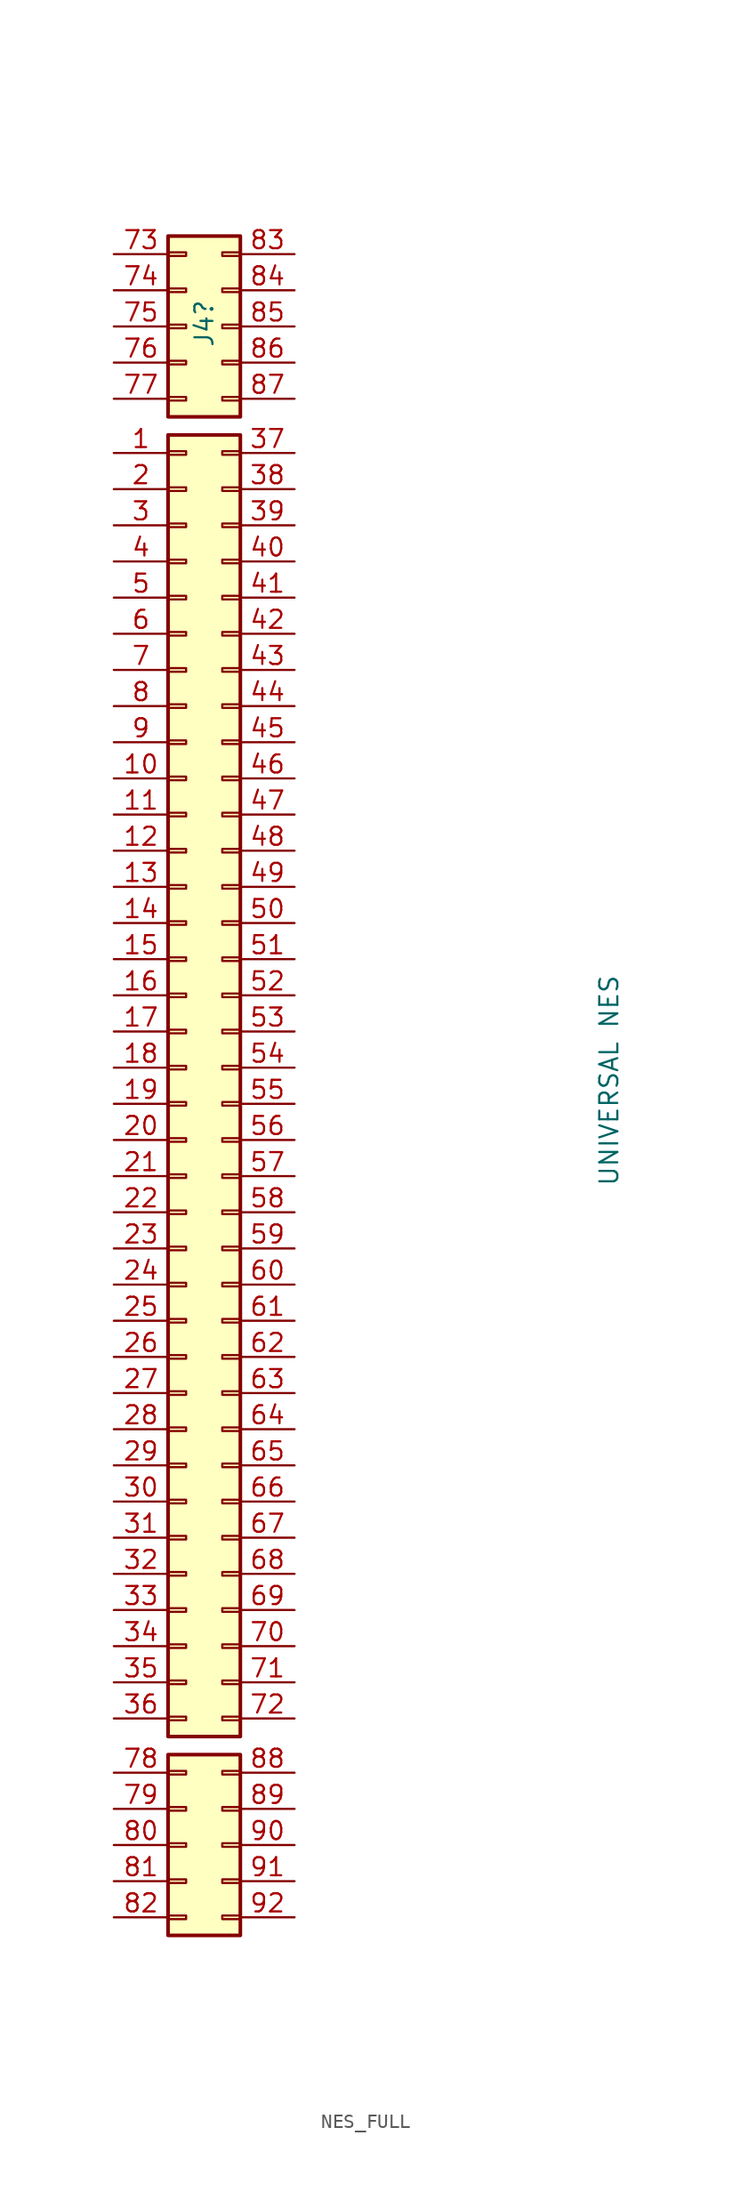
<source format=kicad_sym>
(kicad_symbol_lib
  (version 20231120)
  (generator "kicad_symbol_editor")
  (generator_version "8.0")
  (symbol "NES_FULL"
    (pin_names
      (offset 1.016) hide)
    (property "Reference" "J4"
      (at 1.27 50.546 90)
      (effects (font (size 1.27 1.27)) (justify left)))
    (property "Value" "UNIVERSAL NES"
      (at 29.718 -8.382 90)
      (effects (font (size 1.27 1.27)) (justify left)))
    (symbol "NES_FULL_1_1"
      (rectangle (start -1.27 -59.563) (end 0 -59.817) (stroke (width 0.152) (type default)) (fill (type none)))
      (rectangle (start -1.27 -57.023) (end 0 -57.277) (stroke (width 0.152) (type default)) (fill (type none)))
      (rectangle (start -1.27 -54.483) (end 0 -54.737) (stroke (width 0.152) (type default)) (fill (type none)))
      (rectangle (start -1.27 -51.943) (end 0 -52.197) (stroke (width 0.152) (type default)) (fill (type none)))
      (rectangle (start -1.27 -49.403) (end 0 -49.657) (stroke (width 0.152) (type default)) (fill (type none)))
      (rectangle (start -1.27 -48.26) (end 3.81 -60.96) (stroke (width 0.254) (type default)) (fill (type background)))
      (rectangle (start -1.27 -45.593) (end 0 -45.847) (stroke (width 0.152) (type default)) (fill (type none)))
      (rectangle (start -1.27 -43.053) (end 0 -43.307) (stroke (width 0.152) (type default)) (fill (type none)))
      (rectangle (start -1.27 -40.513) (end 0 -40.767) (stroke (width 0.152) (type default)) (fill (type none)))
      (rectangle (start -1.27 -37.973) (end 0 -38.227) (stroke (width 0.152) (type default)) (fill (type none)))
      (rectangle (start -1.27 -35.433) (end 0 -35.687) (stroke (width 0.152) (type default)) (fill (type none)))
      (rectangle (start -1.27 -32.893) (end 0 -33.147) (stroke (width 0.152) (type default)) (fill (type none)))
      (rectangle (start -1.27 -30.353) (end 0 -30.607) (stroke (width 0.152) (type default)) (fill (type none)))
      (rectangle (start -1.27 -27.813) (end 0 -28.067) (stroke (width 0.152) (type default)) (fill (type none)))
      (rectangle (start -1.27 -25.273) (end 0 -25.527) (stroke (width 0.152) (type default)) (fill (type none)))
      (rectangle (start -1.27 -22.733) (end 0 -22.987) (stroke (width 0.152) (type default)) (fill (type none)))
      (rectangle (start -1.27 -20.193) (end 0 -20.447) (stroke (width 0.152) (type default)) (fill (type none)))
      (rectangle (start -1.27 -17.653) (end 0 -17.907) (stroke (width 0.152) (type default)) (fill (type none)))
      (rectangle (start -1.27 -15.113) (end 0 -15.367) (stroke (width 0.152) (type default)) (fill (type none)))
      (rectangle (start -1.27 -12.573) (end 0 -12.827) (stroke (width 0.152) (type default)) (fill (type none)))
      (rectangle (start -1.27 -10.033) (end 0 -10.287) (stroke (width 0.152) (type default)) (fill (type none)))
      (rectangle (start -1.27 -7.493) (end 0 -7.747) (stroke (width 0.152) (type default)) (fill (type none)))
      (rectangle (start -1.27 -4.953) (end 0 -5.207) (stroke (width 0.152) (type default)) (fill (type none)))
      (rectangle (start -1.27 -2.413) (end 0 -2.667) (stroke (width 0.152) (type default)) (fill (type none)))
      (rectangle (start -1.27 0.127) (end 0 -0.127) (stroke (width 0.152) (type default)) (fill (type none)))
      (rectangle (start -1.27 2.667) (end 0 2.413) (stroke (width 0.152) (type default)) (fill (type none)))
      (rectangle (start -1.27 5.207) (end 0 4.953) (stroke (width 0.152) (type default)) (fill (type none)))
      (rectangle (start -1.27 7.747) (end 0 7.493) (stroke (width 0.152) (type default)) (fill (type none)))
      (rectangle (start -1.27 10.287) (end 0 10.033) (stroke (width 0.152) (type default)) (fill (type none)))
      (rectangle (start -1.27 12.827) (end 0 12.573) (stroke (width 0.152) (type default)) (fill (type none)))
      (rectangle (start -1.27 15.367) (end 0 15.113) (stroke (width 0.152) (type default)) (fill (type none)))
      (rectangle (start -1.27 17.907) (end 0 17.653) (stroke (width 0.152) (type default)) (fill (type none)))
      (rectangle (start -1.27 20.447) (end 0 20.193) (stroke (width 0.152) (type default)) (fill (type none)))
      (rectangle (start -1.27 22.987) (end 0 22.733) (stroke (width 0.152) (type default)) (fill (type none)))
      (rectangle (start -1.27 25.527) (end 0 25.273) (stroke (width 0.152) (type default)) (fill (type none)))
      (rectangle (start -1.27 28.067) (end 0 27.813) (stroke (width 0.152) (type default)) (fill (type none)))
      (rectangle (start -1.27 30.607) (end 0 30.353) (stroke (width 0.152) (type default)) (fill (type none)))
      (rectangle (start -1.27 33.147) (end 0 32.893) (stroke (width 0.152) (type default)) (fill (type none)))
      (rectangle (start -1.27 35.687) (end 0 35.433) (stroke (width 0.152) (type default)) (fill (type none)))
      (rectangle (start -1.27 38.227) (end 0 37.973) (stroke (width 0.152) (type default)) (fill (type none)))
      (rectangle (start -1.27 40.767) (end 0 40.513) (stroke (width 0.152) (type default)) (fill (type none)))
      (rectangle (start -1.27 43.307) (end 0 43.053) (stroke (width 0.152) (type default)) (fill (type none)))
      (rectangle (start -1.27 44.45) (end 3.81 -46.99) (stroke (width 0.254) (type default)) (fill (type background)))
      (rectangle (start -1.27 47.117) (end 0 46.863) (stroke (width 0.152) (type default)) (fill (type none)))
      (rectangle (start -1.27 49.657) (end 0 49.403) (stroke (width 0.152) (type default)) (fill (type none)))
      (rectangle (start -1.27 52.197) (end 0 51.943) (stroke (width 0.152) (type default)) (fill (type none)))
      (rectangle (start -1.27 54.737) (end 0 54.483) (stroke (width 0.152) (type default)) (fill (type none)))
      (rectangle (start -1.27 57.277) (end 0 57.023) (stroke (width 0.152) (type default)) (fill (type none)))
      (rectangle (start -1.27 58.42) (end 3.81 45.72) (stroke (width 0.254) (type default)) (fill (type background)))
      (rectangle (start 3.81 -59.817) (end 2.54 -59.563) (stroke (width 0.152) (type default)) (fill (type none)))
      (rectangle (start 3.81 -57.277) (end 2.54 -57.023) (stroke (width 0.152) (type default)) (fill (type none)))
      (rectangle (start 3.81 -54.737) (end 2.54 -54.483) (stroke (width 0.152) (type default)) (fill (type none)))
      (rectangle (start 3.81 -52.197) (end 2.54 -51.943) (stroke (width 0.152) (type default)) (fill (type none)))
      (rectangle (start 3.81 -49.657) (end 2.54 -49.403) (stroke (width 0.152) (type default)) (fill (type none)))
      (rectangle (start 3.81 -45.593) (end 2.54 -45.847) (stroke (width 0.152) (type default)) (fill (type none)))
      (rectangle (start 3.81 -43.053) (end 2.54 -43.307) (stroke (width 0.152) (type default)) (fill (type none)))
      (rectangle (start 3.81 -40.513) (end 2.54 -40.767) (stroke (width 0.152) (type default)) (fill (type none)))
      (rectangle (start 3.81 -37.973) (end 2.54 -38.227) (stroke (width 0.152) (type default)) (fill (type none)))
      (rectangle (start 3.81 -35.433) (end 2.54 -35.687) (stroke (width 0.152) (type default)) (fill (type none)))
      (rectangle (start 3.81 -32.893) (end 2.54 -33.147) (stroke (width 0.152) (type default)) (fill (type none)))
      (rectangle (start 3.81 -30.353) (end 2.54 -30.607) (stroke (width 0.152) (type default)) (fill (type none)))
      (rectangle (start 3.81 -27.813) (end 2.54 -28.067) (stroke (width 0.152) (type default)) (fill (type none)))
      (rectangle (start 3.81 -25.273) (end 2.54 -25.527) (stroke (width 0.152) (type default)) (fill (type none)))
      (rectangle (start 3.81 -22.733) (end 2.54 -22.987) (stroke (width 0.152) (type default)) (fill (type none)))
      (rectangle (start 3.81 -20.193) (end 2.54 -20.447) (stroke (width 0.152) (type default)) (fill (type none)))
      (rectangle (start 3.81 -17.653) (end 2.54 -17.907) (stroke (width 0.152) (type default)) (fill (type none)))
      (rectangle (start 3.81 -15.113) (end 2.54 -15.367) (stroke (width 0.152) (type default)) (fill (type none)))
      (rectangle (start 3.81 -12.573) (end 2.54 -12.827) (stroke (width 0.152) (type default)) (fill (type none)))
      (rectangle (start 3.81 -10.033) (end 2.54 -10.287) (stroke (width 0.152) (type default)) (fill (type none)))
      (rectangle (start 3.81 -7.493) (end 2.54 -7.747) (stroke (width 0.152) (type default)) (fill (type none)))
      (rectangle (start 3.81 -4.953) (end 2.54 -5.207) (stroke (width 0.152) (type default)) (fill (type none)))
      (rectangle (start 3.81 -2.413) (end 2.54 -2.667) (stroke (width 0.152) (type default)) (fill (type none)))
      (rectangle (start 3.81 0.127) (end 2.54 -0.127) (stroke (width 0.152) (type default)) (fill (type none)))
      (rectangle (start 3.81 2.667) (end 2.54 2.413) (stroke (width 0.152) (type default)) (fill (type none)))
      (rectangle (start 3.81 5.207) (end 2.54 4.953) (stroke (width 0.152) (type default)) (fill (type none)))
      (rectangle (start 3.81 7.747) (end 2.54 7.493) (stroke (width 0.152) (type default)) (fill (type none)))
      (rectangle (start 3.81 10.287) (end 2.54 10.033) (stroke (width 0.152) (type default)) (fill (type none)))
      (rectangle (start 3.81 12.827) (end 2.54 12.573) (stroke (width 0.152) (type default)) (fill (type none)))
      (rectangle (start 3.81 15.367) (end 2.54 15.113) (stroke (width 0.152) (type default)) (fill (type none)))
      (rectangle (start 3.81 17.907) (end 2.54 17.653) (stroke (width 0.152) (type default)) (fill (type none)))
      (rectangle (start 3.81 20.447) (end 2.54 20.193) (stroke (width 0.152) (type default)) (fill (type none)))
      (rectangle (start 3.81 22.987) (end 2.54 22.733) (stroke (width 0.152) (type default)) (fill (type none)))
      (rectangle (start 3.81 25.527) (end 2.54 25.273) (stroke (width 0.152) (type default)) (fill (type none)))
      (rectangle (start 3.81 28.067) (end 2.54 27.813) (stroke (width 0.152) (type default)) (fill (type none)))
      (rectangle (start 3.81 30.607) (end 2.54 30.353) (stroke (width 0.152) (type default)) (fill (type none)))
      (rectangle (start 3.81 33.147) (end 2.54 32.893) (stroke (width 0.152) (type default)) (fill (type none)))
      (rectangle (start 3.81 35.687) (end 2.54 35.433) (stroke (width 0.152) (type default)) (fill (type none)))
      (rectangle (start 3.81 38.227) (end 2.54 37.973) (stroke (width 0.152) (type default)) (fill (type none)))
      (rectangle (start 3.81 40.767) (end 2.54 40.513) (stroke (width 0.152) (type default)) (fill (type none)))
      (rectangle (start 3.81 43.307) (end 2.54 43.053) (stroke (width 0.152) (type default)) (fill (type none)))
      (rectangle (start 3.81 46.863) (end 2.54 47.117) (stroke (width 0.152) (type default)) (fill (type none)))
      (rectangle (start 3.81 49.403) (end 2.54 49.657) (stroke (width 0.152) (type default)) (fill (type none)))
      (rectangle (start 3.81 51.943) (end 2.54 52.197) (stroke (width 0.152) (type default)) (fill (type none)))
      (rectangle (start 3.81 54.483) (end 2.54 54.737) (stroke (width 0.152) (type default)) (fill (type none)))
      (rectangle (start 3.81 57.023) (end 2.54 57.277) (stroke (width 0.152) (type default)) (fill (type none)))
      (pin passive line (at -5.08 43.18 0) (length 3.81) (name "Pin_1" (effects (font (size 1.27 1.27)))) (number "1" (effects (font (size 1.27 1.27)))))
      (pin passive line (at -5.08 20.32 0) (length 3.81) (name "Pin_10" (effects (font (size 1.27 1.27)))) (number "10" (effects (font (size 1.27 1.27)))))
      (pin passive line (at -5.08 17.78 0) (length 3.81) (name "Pin_11" (effects (font (size 1.27 1.27)))) (number "11" (effects (font (size 1.27 1.27)))))
      (pin passive line (at -5.08 15.24 0) (length 3.81) (name "Pin_12" (effects (font (size 1.27 1.27)))) (number "12" (effects (font (size 1.27 1.27)))))
      (pin passive line (at -5.08 12.7 0) (length 3.81) (name "Pin_13" (effects (font (size 1.27 1.27)))) (number "13" (effects (font (size 1.27 1.27)))))
      (pin passive line (at -5.08 10.16 0) (length 3.81) (name "Pin_14" (effects (font (size 1.27 1.27)))) (number "14" (effects (font (size 1.27 1.27)))))
      (pin passive line (at -5.08 7.62 0) (length 3.81) (name "Pin_15" (effects (font (size 1.27 1.27)))) (number "15" (effects (font (size 1.27 1.27)))))
      (pin passive line (at -5.08 5.08 0) (length 3.81) (name "Pin_16" (effects (font (size 1.27 1.27)))) (number "16" (effects (font (size 1.27 1.27)))))
      (pin passive line (at -5.08 2.54 0) (length 3.81) (name "Pin_17" (effects (font (size 1.27 1.27)))) (number "17" (effects (font (size 1.27 1.27)))))
      (pin passive line (at -5.08 0 0) (length 3.81) (name "Pin_18" (effects (font (size 1.27 1.27)))) (number "18" (effects (font (size 1.27 1.27)))))
      (pin passive line (at -5.08 -2.54 0) (length 3.81) (name "Pin_19" (effects (font (size 1.27 1.27)))) (number "19" (effects (font (size 1.27 1.27)))))
      (pin passive line (at -5.08 40.64 0) (length 3.81) (name "Pin_2" (effects (font (size 1.27 1.27)))) (number "2" (effects (font (size 1.27 1.27)))))
      (pin passive line (at -5.08 -5.08 0) (length 3.81) (name "Pin_20" (effects (font (size 1.27 1.27)))) (number "20" (effects (font (size 1.27 1.27)))))
      (pin passive line (at -5.08 -7.62 0) (length 3.81) (name "Pin_21" (effects (font (size 1.27 1.27)))) (number "21" (effects (font (size 1.27 1.27)))))
      (pin passive line (at -5.08 -10.16 0) (length 3.81) (name "Pin_22" (effects (font (size 1.27 1.27)))) (number "22" (effects (font (size 1.27 1.27)))))
      (pin passive line (at -5.08 -12.7 0) (length 3.81) (name "Pin_23" (effects (font (size 1.27 1.27)))) (number "23" (effects (font (size 1.27 1.27)))))
      (pin passive line (at -5.08 -15.24 0) (length 3.81) (name "Pin_24" (effects (font (size 1.27 1.27)))) (number "24" (effects (font (size 1.27 1.27)))))
      (pin passive line (at -5.08 -17.78 0) (length 3.81) (name "Pin_25" (effects (font (size 1.27 1.27)))) (number "25" (effects (font (size 1.27 1.27)))))
      (pin passive line (at -5.08 -20.32 0) (length 3.81) (name "Pin_26" (effects (font (size 1.27 1.27)))) (number "26" (effects (font (size 1.27 1.27)))))
      (pin passive line (at -5.08 -22.86 0) (length 3.81) (name "Pin_27" (effects (font (size 1.27 1.27)))) (number "27" (effects (font (size 1.27 1.27)))))
      (pin passive line (at -5.08 -25.4 0) (length 3.81) (name "Pin_28" (effects (font (size 1.27 1.27)))) (number "28" (effects (font (size 1.27 1.27)))))
      (pin passive line (at -5.08 -27.94 0) (length 3.81) (name "Pin_29" (effects (font (size 1.27 1.27)))) (number "29" (effects (font (size 1.27 1.27)))))
      (pin passive line (at -5.08 38.1 0) (length 3.81) (name "Pin_3" (effects (font (size 1.27 1.27)))) (number "3" (effects (font (size 1.27 1.27)))))
      (pin passive line (at -5.08 -30.48 0) (length 3.81) (name "Pin_30" (effects (font (size 1.27 1.27)))) (number "30" (effects (font (size 1.27 1.27)))))
      (pin passive line (at -5.08 -33.02 0) (length 3.81) (name "Pin_31" (effects (font (size 1.27 1.27)))) (number "31" (effects (font (size 1.27 1.27)))))
      (pin passive line (at -5.08 -35.56 0) (length 3.81) (name "Pin_32" (effects (font (size 1.27 1.27)))) (number "32" (effects (font (size 1.27 1.27)))))
      (pin passive line (at -5.08 -38.1 0) (length 3.81) (name "Pin_33" (effects (font (size 1.27 1.27)))) (number "33" (effects (font (size 1.27 1.27)))))
      (pin passive line (at -5.08 -40.64 0) (length 3.81) (name "Pin_34" (effects (font (size 1.27 1.27)))) (number "34" (effects (font (size 1.27 1.27)))))
      (pin passive line (at -5.08 -43.18 0) (length 3.81) (name "Pin_35" (effects (font (size 1.27 1.27)))) (number "35" (effects (font (size 1.27 1.27)))))
      (pin passive line (at -5.08 -45.72 0) (length 3.81) (name "Pin_36" (effects (font (size 1.27 1.27)))) (number "36" (effects (font (size 1.27 1.27)))))
      (pin passive line (at 7.62 43.18 180) (length 3.81) (name "Pin_37" (effects (font (size 1.27 1.27)))) (number "37" (effects (font (size 1.27 1.27)))))
      (pin passive line (at 7.62 40.64 180) (length 3.81) (name "Pin_38" (effects (font (size 1.27 1.27)))) (number "38" (effects (font (size 1.27 1.27)))))
      (pin passive line (at 7.62 38.1 180) (length 3.81) (name "Pin_39" (effects (font (size 1.27 1.27)))) (number "39" (effects (font (size 1.27 1.27)))))
      (pin passive line (at -5.08 35.56 0) (length 3.81) (name "Pin_4" (effects (font (size 1.27 1.27)))) (number "4" (effects (font (size 1.27 1.27)))))
      (pin passive line (at 7.62 35.56 180) (length 3.81) (name "Pin_40" (effects (font (size 1.27 1.27)))) (number "40" (effects (font (size 1.27 1.27)))))
      (pin passive line (at 7.62 33.02 180) (length 3.81) (name "Pin_41" (effects (font (size 1.27 1.27)))) (number "41" (effects (font (size 1.27 1.27)))))
      (pin passive line (at 7.62 30.48 180) (length 3.81) (name "Pin_42" (effects (font (size 1.27 1.27)))) (number "42" (effects (font (size 1.27 1.27)))))
      (pin passive line (at 7.62 27.94 180) (length 3.81) (name "Pin_43" (effects (font (size 1.27 1.27)))) (number "43" (effects (font (size 1.27 1.27)))))
      (pin passive line (at 7.62 25.4 180) (length 3.81) (name "Pin_44" (effects (font (size 1.27 1.27)))) (number "44" (effects (font (size 1.27 1.27)))))
      (pin passive line (at 7.62 22.86 180) (length 3.81) (name "Pin_45" (effects (font (size 1.27 1.27)))) (number "45" (effects (font (size 1.27 1.27)))))
      (pin passive line (at 7.62 20.32 180) (length 3.81) (name "Pin_46" (effects (font (size 1.27 1.27)))) (number "46" (effects (font (size 1.27 1.27)))))
      (pin passive line (at 7.62 17.78 180) (length 3.81) (name "Pin_47" (effects (font (size 1.27 1.27)))) (number "47" (effects (font (size 1.27 1.27)))))
      (pin passive line (at 7.62 15.24 180) (length 3.81) (name "Pin_48" (effects (font (size 1.27 1.27)))) (number "48" (effects (font (size 1.27 1.27)))))
      (pin passive line (at 7.62 12.7 180) (length 3.81) (name "Pin_49" (effects (font (size 1.27 1.27)))) (number "49" (effects (font (size 1.27 1.27)))))
      (pin passive line (at -5.08 33.02 0) (length 3.81) (name "Pin_5" (effects (font (size 1.27 1.27)))) (number "5" (effects (font (size 1.27 1.27)))))
      (pin passive line (at 7.62 10.16 180) (length 3.81) (name "Pin_50" (effects (font (size 1.27 1.27)))) (number "50" (effects (font (size 1.27 1.27)))))
      (pin passive line (at 7.62 7.62 180) (length 3.81) (name "Pin_51" (effects (font (size 1.27 1.27)))) (number "51" (effects (font (size 1.27 1.27)))))
      (pin passive line (at 7.62 5.08 180) (length 3.81) (name "Pin_52" (effects (font (size 1.27 1.27)))) (number "52" (effects (font (size 1.27 1.27)))))
      (pin passive line (at 7.62 2.54 180) (length 3.81) (name "Pin_53" (effects (font (size 1.27 1.27)))) (number "53" (effects (font (size 1.27 1.27)))))
      (pin passive line (at 7.62 0 180) (length 3.81) (name "Pin_54" (effects (font (size 1.27 1.27)))) (number "54" (effects (font (size 1.27 1.27)))))
      (pin passive line (at 7.62 -2.54 180) (length 3.81) (name "Pin_55" (effects (font (size 1.27 1.27)))) (number "55" (effects (font (size 1.27 1.27)))))
      (pin passive line (at 7.62 -5.08 180) (length 3.81) (name "Pin_56" (effects (font (size 1.27 1.27)))) (number "56" (effects (font (size 1.27 1.27)))))
      (pin passive line (at 7.62 -7.62 180) (length 3.81) (name "Pin_57" (effects (font (size 1.27 1.27)))) (number "57" (effects (font (size 1.27 1.27)))))
      (pin passive line (at 7.62 -10.16 180) (length 3.81) (name "Pin_58" (effects (font (size 1.27 1.27)))) (number "58" (effects (font (size 1.27 1.27)))))
      (pin passive line (at 7.62 -12.7 180) (length 3.81) (name "Pin_59" (effects (font (size 1.27 1.27)))) (number "59" (effects (font (size 1.27 1.27)))))
      (pin passive line (at -5.08 30.48 0) (length 3.81) (name "Pin_6" (effects (font (size 1.27 1.27)))) (number "6" (effects (font (size 1.27 1.27)))))
      (pin passive line (at 7.62 -15.24 180) (length 3.81) (name "Pin_60" (effects (font (size 1.27 1.27)))) (number "60" (effects (font (size 1.27 1.27)))))
      (pin passive line (at 7.62 -17.78 180) (length 3.81) (name "Pin_61" (effects (font (size 1.27 1.27)))) (number "61" (effects (font (size 1.27 1.27)))))
      (pin passive line (at 7.62 -20.32 180) (length 3.81) (name "Pin_62" (effects (font (size 1.27 1.27)))) (number "62" (effects (font (size 1.27 1.27)))))
      (pin passive line (at 7.62 -22.86 180) (length 3.81) (name "Pin_63" (effects (font (size 1.27 1.27)))) (number "63" (effects (font (size 1.27 1.27)))))
      (pin passive line (at 7.62 -25.4 180) (length 3.81) (name "Pin_64" (effects (font (size 1.27 1.27)))) (number "64" (effects (font (size 1.27 1.27)))))
      (pin passive line (at 7.62 -27.94 180) (length 3.81) (name "Pin_65" (effects (font (size 1.27 1.27)))) (number "65" (effects (font (size 1.27 1.27)))))
      (pin passive line (at 7.62 -30.48 180) (length 3.81) (name "Pin_66" (effects (font (size 1.27 1.27)))) (number "66" (effects (font (size 1.27 1.27)))))
      (pin passive line (at 7.62 -33.02 180) (length 3.81) (name "Pin_67" (effects (font (size 1.27 1.27)))) (number "67" (effects (font (size 1.27 1.27)))))
      (pin passive line (at 7.62 -35.56 180) (length 3.81) (name "Pin_68" (effects (font (size 1.27 1.27)))) (number "68" (effects (font (size 1.27 1.27)))))
      (pin passive line (at 7.62 -38.1 180) (length 3.81) (name "Pin_69" (effects (font (size 1.27 1.27)))) (number "69" (effects (font (size 1.27 1.27)))))
      (pin passive line (at -5.08 27.94 0) (length 3.81) (name "Pin_7" (effects (font (size 1.27 1.27)))) (number "7" (effects (font (size 1.27 1.27)))))
      (pin passive line (at 7.62 -40.64 180) (length 3.81) (name "Pin_70" (effects (font (size 1.27 1.27)))) (number "70" (effects (font (size 1.27 1.27)))))
      (pin passive line (at 7.62 -43.18 180) (length 3.81) (name "Pin_71" (effects (font (size 1.27 1.27)))) (number "71" (effects (font (size 1.27 1.27)))))
      (pin passive line (at 7.62 -45.72 180) (length 3.81) (name "Pin_72" (effects (font (size 1.27 1.27)))) (number "72" (effects (font (size 1.27 1.27)))))
      (pin passive line (at -5.08 57.15 0) (length 3.81) (name "Pin_73" (effects (font (size 1.27 1.27)))) (number "73" (effects (font (size 1.27 1.27)))))
      (pin passive line (at -5.08 54.61 0) (length 3.81) (name "Pin_74" (effects (font (size 1.27 1.27)))) (number "74" (effects (font (size 1.27 1.27)))))
      (pin passive line (at -5.08 52.07 0) (length 3.81) (name "Pin_75" (effects (font (size 1.27 1.27)))) (number "75" (effects (font (size 1.27 1.27)))))
      (pin passive line (at -5.08 49.53 0) (length 3.81) (name "Pin_76" (effects (font (size 1.27 1.27)))) (number "76" (effects (font (size 1.27 1.27)))))
      (pin passive line (at -5.08 46.99 0) (length 3.81) (name "Pin_77" (effects (font (size 1.27 1.27)))) (number "77" (effects (font (size 1.27 1.27)))))
      (pin passive line (at -5.08 -49.53 0) (length 3.81) (name "Pin_78" (effects (font (size 1.27 1.27)))) (number "78" (effects (font (size 1.27 1.27)))))
      (pin passive line (at -5.08 -52.07 0) (length 3.81) (name "Pin_79" (effects (font (size 1.27 1.27)))) (number "79" (effects (font (size 1.27 1.27)))))
      (pin passive line (at -5.08 25.4 0) (length 3.81) (name "Pin_8" (effects (font (size 1.27 1.27)))) (number "8" (effects (font (size 1.27 1.27)))))
      (pin passive line (at -5.08 -54.61 0) (length 3.81) (name "Pin_80" (effects (font (size 1.27 1.27)))) (number "80" (effects (font (size 1.27 1.27)))))
      (pin passive line (at -5.08 -57.15 0) (length 3.81) (name "Pin_81" (effects (font (size 1.27 1.27)))) (number "81" (effects (font (size 1.27 1.27)))))
      (pin passive line (at -5.08 -59.69 0) (length 3.81) (name "Pin_82" (effects (font (size 1.27 1.27)))) (number "82" (effects (font (size 1.27 1.27)))))
      (pin passive line (at 7.62 57.15 180) (length 3.81) (name "Pin_83" (effects (font (size 1.27 1.27)))) (number "83" (effects (font (size 1.27 1.27)))))
      (pin passive line (at 7.62 54.61 180) (length 3.81) (name "Pin_84" (effects (font (size 1.27 1.27)))) (number "84" (effects (font (size 1.27 1.27)))))
      (pin passive line (at 7.62 52.07 180) (length 3.81) (name "Pin_85" (effects (font (size 1.27 1.27)))) (number "85" (effects (font (size 1.27 1.27)))))
      (pin passive line (at 7.62 49.53 180) (length 3.81) (name "Pin_86" (effects (font (size 1.27 1.27)))) (number "86" (effects (font (size 1.27 1.27)))))
      (pin passive line (at 7.62 46.99 180) (length 3.81) (name "Pin_87" (effects (font (size 1.27 1.27)))) (number "87" (effects (font (size 1.27 1.27)))))
      (pin passive line (at 7.62 -49.53 180) (length 3.81) (name "Pin_88" (effects (font (size 1.27 1.27)))) (number "88" (effects (font (size 1.27 1.27)))))
      (pin passive line (at 7.62 -52.07 180) (length 3.81) (name "Pin_89" (effects (font (size 1.27 1.27)))) (number "89" (effects (font (size 1.27 1.27)))))
      (pin passive line (at -5.08 22.86 0) (length 3.81) (name "Pin_9" (effects (font (size 1.27 1.27)))) (number "9" (effects (font (size 1.27 1.27)))))
      (pin passive line (at 7.62 -54.61 180) (length 3.81) (name "Pin_90" (effects (font (size 1.27 1.27)))) (number "90" (effects (font (size 1.27 1.27)))))
      (pin passive line (at 7.62 -57.15 180) (length 3.81) (name "Pin_91" (effects (font (size 1.27 1.27)))) (number "91" (effects (font (size 1.27 1.27)))))
      (pin passive line (at 7.62 -59.69 180) (length 3.81) (name "Pin_92" (effects (font (size 1.27 1.27)))) (number "92" (effects (font (size 1.27 1.27))))))))
</source>
